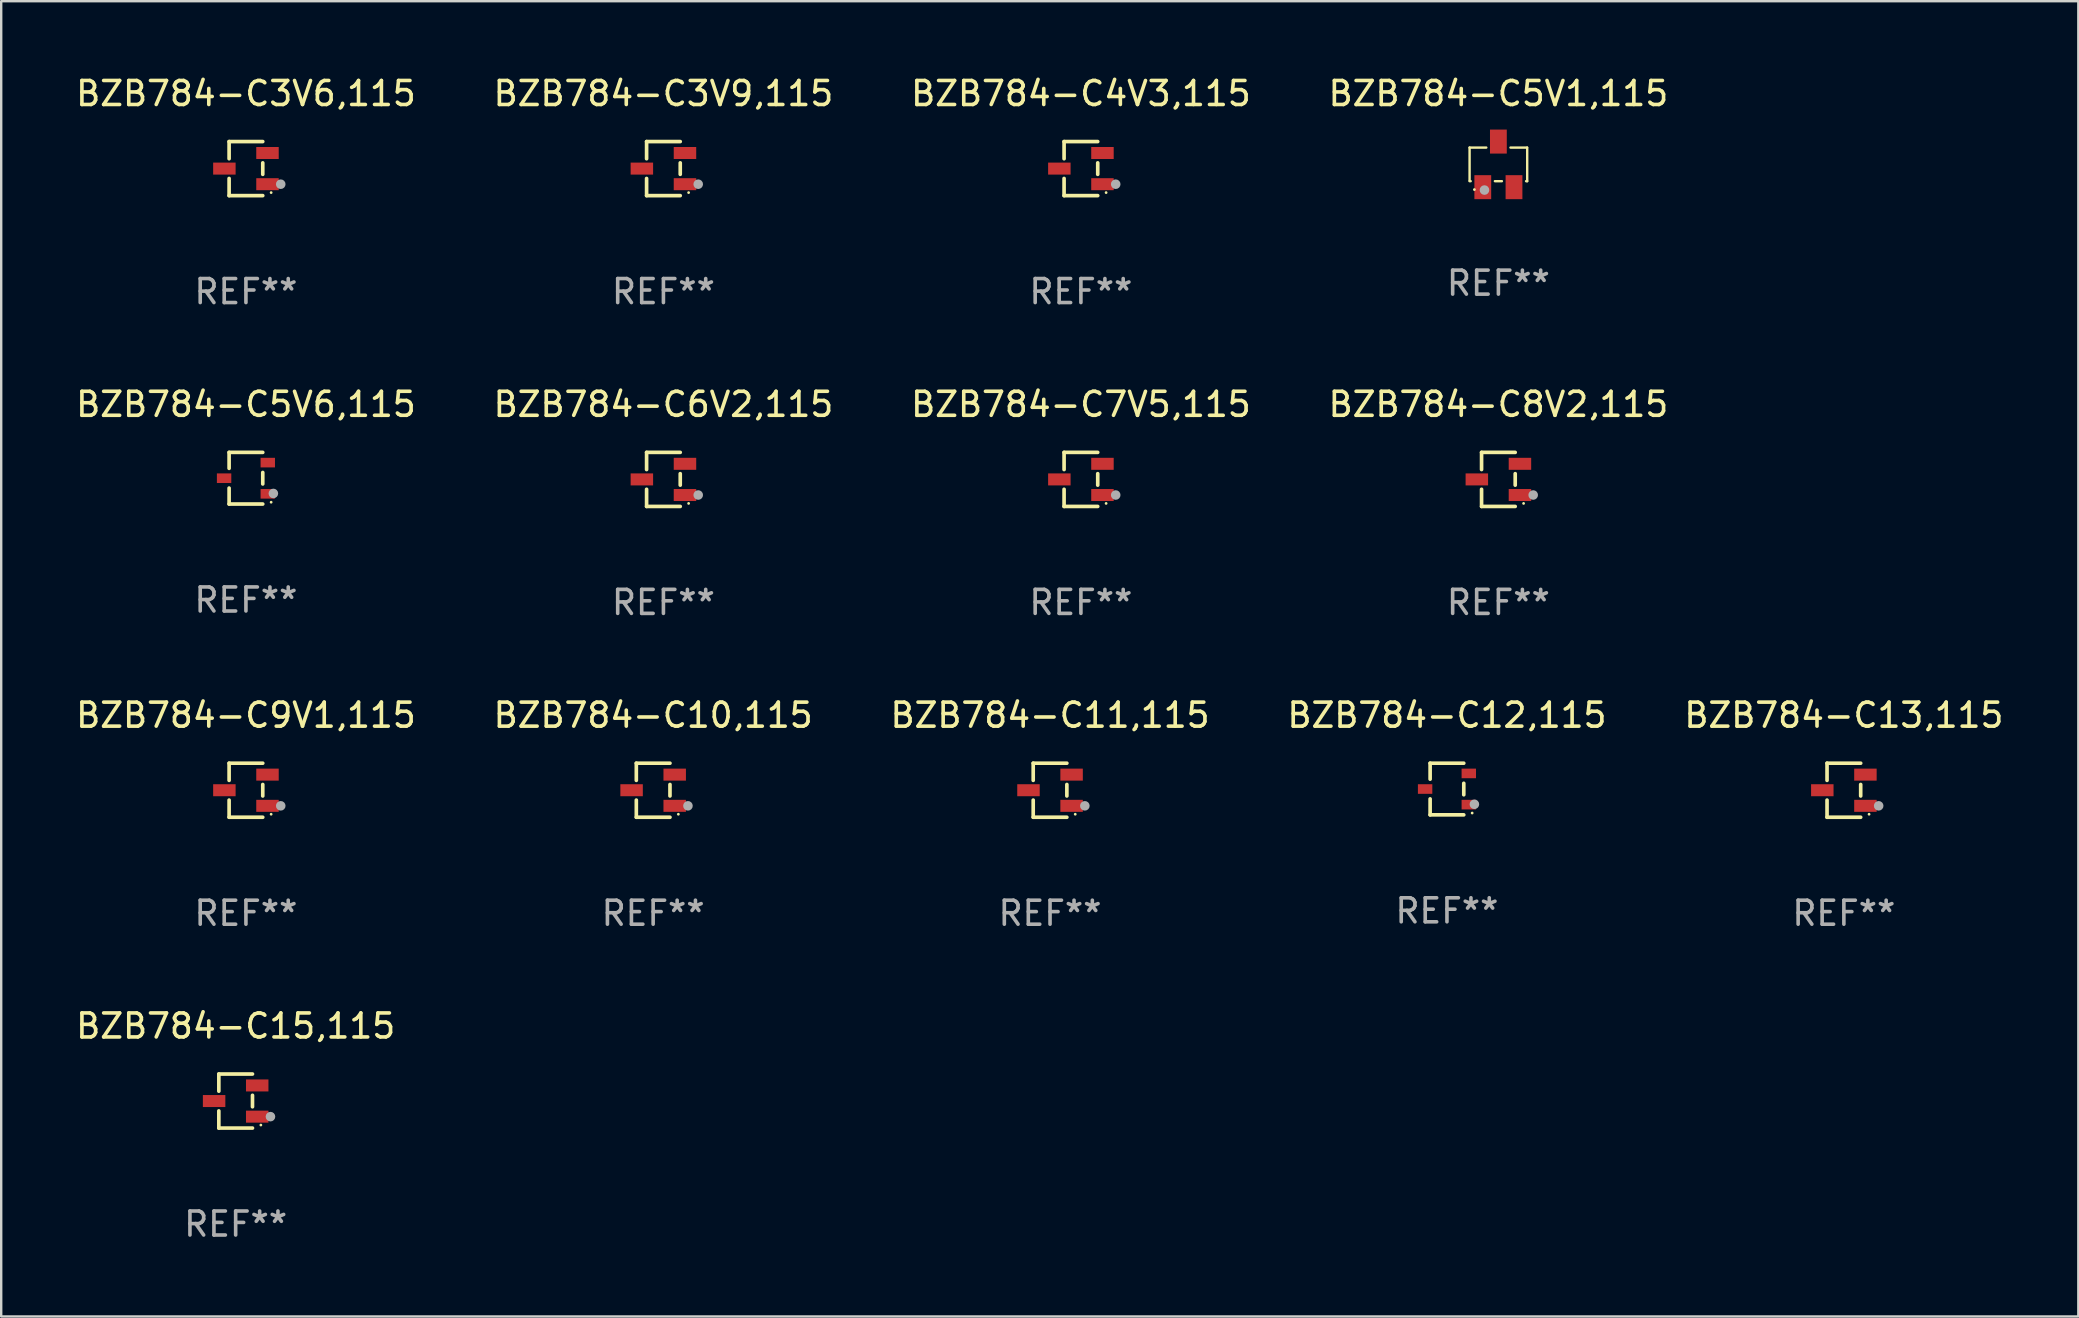
<source format=kicad_pcb>
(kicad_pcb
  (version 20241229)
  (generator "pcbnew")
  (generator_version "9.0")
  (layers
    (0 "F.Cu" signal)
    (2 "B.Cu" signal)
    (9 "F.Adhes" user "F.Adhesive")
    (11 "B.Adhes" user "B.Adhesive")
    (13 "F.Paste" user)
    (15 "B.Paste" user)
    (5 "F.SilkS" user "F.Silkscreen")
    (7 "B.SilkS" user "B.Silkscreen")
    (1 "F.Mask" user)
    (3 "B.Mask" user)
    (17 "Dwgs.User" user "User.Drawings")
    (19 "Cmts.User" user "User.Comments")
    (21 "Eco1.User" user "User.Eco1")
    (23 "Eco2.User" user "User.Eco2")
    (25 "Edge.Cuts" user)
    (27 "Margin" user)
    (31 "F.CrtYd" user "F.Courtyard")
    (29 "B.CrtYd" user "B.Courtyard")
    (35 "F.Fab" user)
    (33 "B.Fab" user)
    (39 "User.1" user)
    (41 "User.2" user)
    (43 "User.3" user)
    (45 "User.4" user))
  (footprint "BZB784-C7V5,115"
    (layer "F.Cu")
    (at 41.982 16.923)
    (property "Reference" "BZB784-C7V5,115" (at 0 -3.126 0) (layer "F.SilkS") (effects (font (size 1 1) (thickness 0.15))))
    (attr through_hole)
    (fp_line (start -0.701 -1.126) (end -0.701 -0.411) (stroke (width 0.152) (type solid)) (layer "F.SilkS"))
    (fp_line (start -0.701 1.126) (end -0.701 0.411) (stroke (width 0.152) (type solid)) (layer "F.SilkS"))
    (fp_line (start 0.701 -1.126) (end -0.701 -1.126) (stroke (width 0.152) (type solid)) (layer "F.SilkS"))
    (fp_line (start 0.701 -0.239) (end 0.701 0.239) (stroke (width 0.152) (type solid)) (layer "F.SilkS"))
    (fp_line (start 0.701 1.126) (end -0.701 1.126) (stroke (width 0.152) (type solid)) (layer "F.SilkS"))
    (fp_circle (center 1.05 1) (end 1.08 1) (stroke (width 0.06) (type solid)) (fill no) (layer "F.SilkS"))
    (fp_circle (center 1.45 0.65) (end 1.55 0.65) (stroke (width 0.2) (type solid)) (fill no) (layer "F.Fab"))
    (fp_text user "REF**" (at 0 5.126 0) (layer "F.Fab") (effects (font (size 1 1) (thickness 0.15))))
    (pad "1" smd rect (at 0.898 0.65) (size 0.936 0.5) (layers "F.Cu" "F.Mask" "F.Paste"))
    (pad "2" smd rect (at 0.898 -0.65) (size 0.936 0.5) (layers "F.Cu" "F.Mask" "F.Paste"))
    (pad "3" smd rect (at -0.898 0) (size 0.936 0.5) (layers "F.Cu" "F.Mask" "F.Paste")))
  (footprint "BZB784-C13,115"
    (layer "F.Cu")
    (at 73.768 29.872)
    (property "Reference" "BZB784-C13,115" (at 0 -3.126 0) (layer "F.SilkS") (effects (font (size 1 1) (thickness 0.15))))
    (attr through_hole)
    (fp_line (start -0.701 -1.126) (end -0.701 -0.411) (stroke (width 0.152) (type solid)) (layer "F.SilkS"))
    (fp_line (start -0.701 1.126) (end -0.701 0.411) (stroke (width 0.152) (type solid)) (layer "F.SilkS"))
    (fp_line (start 0.701 -1.126) (end -0.701 -1.126) (stroke (width 0.152) (type solid)) (layer "F.SilkS"))
    (fp_line (start 0.701 -0.239) (end 0.701 0.239) (stroke (width 0.152) (type solid)) (layer "F.SilkS"))
    (fp_line (start 0.701 1.126) (end -0.701 1.126) (stroke (width 0.152) (type solid)) (layer "F.SilkS"))
    (fp_circle (center 1.05 1) (end 1.08 1) (stroke (width 0.06) (type solid)) (fill no) (layer "F.SilkS"))
    (fp_circle (center 1.45 0.65) (end 1.55 0.65) (stroke (width 0.2) (type solid)) (fill no) (layer "F.Fab"))
    (fp_text user "REF**" (at 0 5.126 0) (layer "F.Fab") (effects (font (size 1 1) (thickness 0.15))))
    (pad "1" smd rect (at 0.898 0.65) (size 0.936 0.5) (layers "F.Cu" "F.Mask" "F.Paste"))
    (pad "2" smd rect (at 0.898 -0.65) (size 0.936 0.5) (layers "F.Cu" "F.Mask" "F.Paste"))
    (pad "3" smd rect (at -0.898 0) (size 0.936 0.5) (layers "F.Cu" "F.Mask" "F.Paste")))
  (footprint "BZB784-C12,115"
    (layer "F.Cu")
    (at 57.232 29.822)
    (property "Reference" "BZB784-C12,115" (at 0 -3.076 0) (layer "F.SilkS") (effects (font (size 1 1) (thickness 0.15))))
    (attr through_hole)
    (fp_line (start -0.701 -1.076) (end -0.701 -0.411) (stroke (width 0.152) (type solid)) (layer "F.SilkS"))
    (fp_line (start -0.701 1.076) (end -0.701 0.411) (stroke (width 0.152) (type solid)) (layer "F.SilkS"))
    (fp_line (start 0.701 -1.076) (end -0.701 -1.076) (stroke (width 0.152) (type solid)) (layer "F.SilkS"))
    (fp_line (start 0.701 -0.239) (end 0.701 0.239) (stroke (width 0.152) (type solid)) (layer "F.SilkS"))
    (fp_line (start 0.701 1.076) (end -0.701 1.076) (stroke (width 0.152) (type solid)) (layer "F.SilkS"))
    (fp_circle (center 1.05 1) (end 1.08 1) (stroke (width 0.06) (type solid)) (fill no) (layer "F.SilkS"))
    (fp_circle (center 1.143 0.635) (end 1.243 0.635) (stroke (width 0.2) (type solid)) (fill no) (layer "F.Fab"))
    (fp_text user "REF**" (at 0 5.076 0) (layer "F.Fab") (effects (font (size 1 1) (thickness 0.15))))
    (pad "1" smd rect (at 0.91 0.65) (size 0.6 0.4) (layers "F.Cu" "F.Mask" "F.Paste"))
    (pad "2" smd rect (at 0.91 -0.65) (size 0.6 0.4) (layers "F.Cu" "F.Mask" "F.Paste"))
    (pad "3" smd rect (at -0.91 0) (size 0.6 0.4) (layers "F.Cu" "F.Mask" "F.Paste")))
  (footprint "BZB784-C15,115"
    (layer "F.Cu")
    (at 6.768 42.821)
    (property "Reference" "BZB784-C15,115" (at 0 -3.126 0) (layer "F.SilkS") (effects (font (size 1 1) (thickness 0.15))))
    (attr through_hole)
    (fp_line (start -0.701 -1.126) (end -0.701 -0.411) (stroke (width 0.152) (type solid)) (layer "F.SilkS"))
    (fp_line (start -0.701 1.126) (end -0.701 0.411) (stroke (width 0.152) (type solid)) (layer "F.SilkS"))
    (fp_line (start 0.701 -1.126) (end -0.701 -1.126) (stroke (width 0.152) (type solid)) (layer "F.SilkS"))
    (fp_line (start 0.701 -0.239) (end 0.701 0.239) (stroke (width 0.152) (type solid)) (layer "F.SilkS"))
    (fp_line (start 0.701 1.126) (end -0.701 1.126) (stroke (width 0.152) (type solid)) (layer "F.SilkS"))
    (fp_circle (center 1.05 1) (end 1.08 1) (stroke (width 0.06) (type solid)) (fill no) (layer "F.SilkS"))
    (fp_circle (center 1.45 0.65) (end 1.55 0.65) (stroke (width 0.2) (type solid)) (fill no) (layer "F.Fab"))
    (fp_text user "REF**" (at 0 5.126 0) (layer "F.Fab") (effects (font (size 1 1) (thickness 0.15))))
    (pad "1" smd rect (at 0.898 0.65) (size 0.936 0.5) (layers "F.Cu" "F.Mask" "F.Paste"))
    (pad "2" smd rect (at 0.898 -0.65) (size 0.936 0.5) (layers "F.Cu" "F.Mask" "F.Paste"))
    (pad "3" smd rect (at -0.898 0) (size 0.936 0.5) (layers "F.Cu" "F.Mask" "F.Paste")))
  (footprint "BZB784-C9V1,115"
    (layer "F.Cu")
    (at 7.196 29.872)
    (property "Reference" "BZB784-C9V1,115" (at 0 -3.126 0) (layer "F.SilkS") (effects (font (size 1 1) (thickness 0.15))))
    (attr through_hole)
    (fp_line (start -0.701 -1.126) (end -0.701 -0.411) (stroke (width 0.152) (type solid)) (layer "F.SilkS"))
    (fp_line (start -0.701 1.126) (end -0.701 0.411) (stroke (width 0.152) (type solid)) (layer "F.SilkS"))
    (fp_line (start 0.701 -1.126) (end -0.701 -1.126) (stroke (width 0.152) (type solid)) (layer "F.SilkS"))
    (fp_line (start 0.701 -0.239) (end 0.701 0.239) (stroke (width 0.152) (type solid)) (layer "F.SilkS"))
    (fp_line (start 0.701 1.126) (end -0.701 1.126) (stroke (width 0.152) (type solid)) (layer "F.SilkS"))
    (fp_circle (center 1.05 1) (end 1.08 1) (stroke (width 0.06) (type solid)) (fill no) (layer "F.SilkS"))
    (fp_circle (center 1.45 0.65) (end 1.55 0.65) (stroke (width 0.2) (type solid)) (fill no) (layer "F.Fab"))
    (fp_text user "REF**" (at 0 5.126 0) (layer "F.Fab") (effects (font (size 1 1) (thickness 0.15))))
    (pad "1" smd rect (at 0.898 0.65) (size 0.936 0.5) (layers "F.Cu" "F.Mask" "F.Paste"))
    (pad "2" smd rect (at 0.898 -0.65) (size 0.936 0.5) (layers "F.Cu" "F.Mask" "F.Paste"))
    (pad "3" smd rect (at -0.898 0) (size 0.936 0.5) (layers "F.Cu" "F.Mask" "F.Paste")))
  (footprint "BZB784-C6V2,115"
    (layer "F.Cu")
    (at 24.589 16.923)
    (property "Reference" "BZB784-C6V2,115" (at 0 -3.126 0) (layer "F.SilkS") (effects (font (size 1 1) (thickness 0.15))))
    (attr through_hole)
    (fp_line (start -0.701 -1.126) (end -0.701 -0.411) (stroke (width 0.152) (type solid)) (layer "F.SilkS"))
    (fp_line (start -0.701 1.126) (end -0.701 0.411) (stroke (width 0.152) (type solid)) (layer "F.SilkS"))
    (fp_line (start 0.701 -1.126) (end -0.701 -1.126) (stroke (width 0.152) (type solid)) (layer "F.SilkS"))
    (fp_line (start 0.701 -0.239) (end 0.701 0.239) (stroke (width 0.152) (type solid)) (layer "F.SilkS"))
    (fp_line (start 0.701 1.126) (end -0.701 1.126) (stroke (width 0.152) (type solid)) (layer "F.SilkS"))
    (fp_circle (center 1.05 1) (end 1.08 1) (stroke (width 0.06) (type solid)) (fill no) (layer "F.SilkS"))
    (fp_circle (center 1.45 0.65) (end 1.55 0.65) (stroke (width 0.2) (type solid)) (fill no) (layer "F.Fab"))
    (fp_text user "REF**" (at 0 5.126 0) (layer "F.Fab") (effects (font (size 1 1) (thickness 0.15))))
    (pad "1" smd rect (at 0.898 0.65) (size 0.936 0.5) (layers "F.Cu" "F.Mask" "F.Paste"))
    (pad "2" smd rect (at 0.898 -0.65) (size 0.936 0.5) (layers "F.Cu" "F.Mask" "F.Paste"))
    (pad "3" smd rect (at -0.898 0) (size 0.936 0.5) (layers "F.Cu" "F.Mask" "F.Paste")))
  (footprint "BZB784-C3V9,115"
    (layer "F.Cu")
    (at 24.589 3.974)
    (property "Reference" "BZB784-C3V9,115" (at 0 -3.126 0) (layer "F.SilkS") (effects (font (size 1 1) (thickness 0.15))))
    (attr through_hole)
    (fp_line (start -0.701 -1.126) (end -0.701 -0.411) (stroke (width 0.152) (type solid)) (layer "F.SilkS"))
    (fp_line (start -0.701 1.126) (end -0.701 0.411) (stroke (width 0.152) (type solid)) (layer "F.SilkS"))
    (fp_line (start 0.701 -1.126) (end -0.701 -1.126) (stroke (width 0.152) (type solid)) (layer "F.SilkS"))
    (fp_line (start 0.701 -0.239) (end 0.701 0.239) (stroke (width 0.152) (type solid)) (layer "F.SilkS"))
    (fp_line (start 0.701 1.126) (end -0.701 1.126) (stroke (width 0.152) (type solid)) (layer "F.SilkS"))
    (fp_circle (center 1.05 1) (end 1.08 1) (stroke (width 0.06) (type solid)) (fill no) (layer "F.SilkS"))
    (fp_circle (center 1.45 0.65) (end 1.55 0.65) (stroke (width 0.2) (type solid)) (fill no) (layer "F.Fab"))
    (fp_text user "REF**" (at 0 5.126 0) (layer "F.Fab") (effects (font (size 1 1) (thickness 0.15))))
    (pad "1" smd rect (at 0.898 0.65) (size 0.936 0.5) (layers "F.Cu" "F.Mask" "F.Paste"))
    (pad "2" smd rect (at 0.898 -0.65) (size 0.936 0.5) (layers "F.Cu" "F.Mask" "F.Paste"))
    (pad "3" smd rect (at -0.898 0) (size 0.936 0.5) (layers "F.Cu" "F.Mask" "F.Paste")))
  (footprint "BZB784-C3V6,115"
    (layer "F.Cu")
    (at 7.196 3.974)
    (property "Reference" "BZB784-C3V6,115" (at 0 -3.126 0) (layer "F.SilkS") (effects (font (size 1 1) (thickness 0.15))))
    (attr through_hole)
    (fp_line (start -0.701 -1.126) (end -0.701 -0.411) (stroke (width 0.152) (type solid)) (layer "F.SilkS"))
    (fp_line (start -0.701 1.126) (end -0.701 0.411) (stroke (width 0.152) (type solid)) (layer "F.SilkS"))
    (fp_line (start 0.701 -1.126) (end -0.701 -1.126) (stroke (width 0.152) (type solid)) (layer "F.SilkS"))
    (fp_line (start 0.701 -0.239) (end 0.701 0.239) (stroke (width 0.152) (type solid)) (layer "F.SilkS"))
    (fp_line (start 0.701 1.126) (end -0.701 1.126) (stroke (width 0.152) (type solid)) (layer "F.SilkS"))
    (fp_circle (center 1.05 1) (end 1.08 1) (stroke (width 0.06) (type solid)) (fill no) (layer "F.SilkS"))
    (fp_circle (center 1.45 0.65) (end 1.55 0.65) (stroke (width 0.2) (type solid)) (fill no) (layer "F.Fab"))
    (fp_text user "REF**" (at 0 5.126 0) (layer "F.Fab") (effects (font (size 1 1) (thickness 0.15))))
    (pad "1" smd rect (at 0.898 0.65) (size 0.936 0.5) (layers "F.Cu" "F.Mask" "F.Paste"))
    (pad "2" smd rect (at 0.898 -0.65) (size 0.936 0.5) (layers "F.Cu" "F.Mask" "F.Paste"))
    (pad "3" smd rect (at -0.898 0) (size 0.936 0.5) (layers "F.Cu" "F.Mask" "F.Paste")))
  (footprint "BZB784-C5V1,115"
    (layer "F.Cu")
    (at 59.375 3.798)
    (property "Reference" "BZB784-C5V1,115" (at 0 -2.95 0) (layer "F.SilkS") (effects (font (size 1 1) (thickness 0.15))))
    (attr through_hole)
    (fp_line (start -1.2 -0.7) (end -1.2 0.68) (stroke (width 0.1) (type solid)) (layer "F.SilkS"))
    (fp_line (start -1.2 -0.7) (end -0.504 -0.7) (stroke (width 0.1) (type solid)) (layer "F.SilkS"))
    (fp_line (start -1.154 0.7) (end -1.2 0.7) (stroke (width 0.1) (type solid)) (layer "F.SilkS"))
    (fp_line (start 0.146 0.7) (end -0.146 0.7) (stroke (width 0.1) (type solid)) (layer "F.SilkS"))
    (fp_line (start 0.504 -0.7) (end 1.194 -0.7) (stroke (width 0.1) (type solid)) (layer "F.SilkS"))
    (fp_line (start 1.2 -0.7) (end 1.2 0.7) (stroke (width 0.1) (type solid)) (layer "F.SilkS"))
    (fp_line (start 1.2 0.7) (end 1.154 0.7) (stroke (width 0.1) (type solid)) (layer "F.SilkS"))
    (fp_circle (center -1 1.05) (end -0.97 1.05) (stroke (width 0.06) (type solid)) (fill no) (layer "F.SilkS"))
    (fp_circle (center -0.58 1.07) (end -0.48 1.07) (stroke (width 0.2) (type solid)) (fill no) (layer "F.Fab"))
    (fp_text user "REF**" (at 0 4.95 0) (layer "F.Fab") (effects (font (size 1 1) (thickness 0.15))))
    (pad "1" smd rect (at -0.65 0.95) (size 0.7 1) (layers "F.Cu" "F.Mask" "F.Paste"))
    (pad "2" smd rect (at 0.65 0.95) (size 0.7 1) (layers "F.Cu" "F.Mask" "F.Paste"))
    (pad "3" smd rect (at -0.000127 -0.95) (size 0.7 1) (layers "F.Cu" "F.Mask" "F.Paste")))
  (footprint "BZB784-C10,115"
    (layer "F.Cu")
    (at 24.161 29.872)
    (property "Reference" "BZB784-C10,115" (at 0 -3.126 0) (layer "F.SilkS") (effects (font (size 1 1) (thickness 0.15))))
    (attr through_hole)
    (fp_line (start -0.701 -1.126) (end -0.701 -0.411) (stroke (width 0.152) (type solid)) (layer "F.SilkS"))
    (fp_line (start -0.701 1.126) (end -0.701 0.411) (stroke (width 0.152) (type solid)) (layer "F.SilkS"))
    (fp_line (start 0.701 -1.126) (end -0.701 -1.126) (stroke (width 0.152) (type solid)) (layer "F.SilkS"))
    (fp_line (start 0.701 -0.239) (end 0.701 0.239) (stroke (width 0.152) (type solid)) (layer "F.SilkS"))
    (fp_line (start 0.701 1.126) (end -0.701 1.126) (stroke (width 0.152) (type solid)) (layer "F.SilkS"))
    (fp_circle (center 1.05 1) (end 1.08 1) (stroke (width 0.06) (type solid)) (fill no) (layer "F.SilkS"))
    (fp_circle (center 1.45 0.65) (end 1.55 0.65) (stroke (width 0.2) (type solid)) (fill no) (layer "F.Fab"))
    (fp_text user "REF**" (at 0 5.126 0) (layer "F.Fab") (effects (font (size 1 1) (thickness 0.15))))
    (pad "1" smd rect (at 0.898 0.65) (size 0.936 0.5) (layers "F.Cu" "F.Mask" "F.Paste"))
    (pad "2" smd rect (at 0.898 -0.65) (size 0.936 0.5) (layers "F.Cu" "F.Mask" "F.Paste"))
    (pad "3" smd rect (at -0.898 0) (size 0.936 0.5) (layers "F.Cu" "F.Mask" "F.Paste")))
  (footprint "BZB784-C5V6,115"
    (layer "F.Cu")
    (at 7.196 16.873)
    (property "Reference" "BZB784-C5V6,115" (at 0 -3.076 0) (layer "F.SilkS") (effects (font (size 1 1) (thickness 0.15))))
    (attr through_hole)
    (fp_line (start -0.701 -1.076) (end -0.701 -0.411) (stroke (width 0.152) (type solid)) (layer "F.SilkS"))
    (fp_line (start -0.701 1.076) (end -0.701 0.411) (stroke (width 0.152) (type solid)) (layer "F.SilkS"))
    (fp_line (start 0.701 -1.076) (end -0.701 -1.076) (stroke (width 0.152) (type solid)) (layer "F.SilkS"))
    (fp_line (start 0.701 -0.239) (end 0.701 0.239) (stroke (width 0.152) (type solid)) (layer "F.SilkS"))
    (fp_line (start 0.701 1.076) (end -0.701 1.076) (stroke (width 0.152) (type solid)) (layer "F.SilkS"))
    (fp_circle (center 1.05 1) (end 1.08 1) (stroke (width 0.06) (type solid)) (fill no) (layer "F.SilkS"))
    (fp_circle (center 1.143 0.635) (end 1.243 0.635) (stroke (width 0.2) (type solid)) (fill no) (layer "F.Fab"))
    (fp_text user "REF**" (at 0 5.076 0) (layer "F.Fab") (effects (font (size 1 1) (thickness 0.15))))
    (pad "1" smd rect (at 0.91 0.65) (size 0.6 0.4) (layers "F.Cu" "F.Mask" "F.Paste"))
    (pad "2" smd rect (at 0.91 -0.65) (size 0.6 0.4) (layers "F.Cu" "F.Mask" "F.Paste"))
    (pad "3" smd rect (at -0.91 0) (size 0.6 0.4) (layers "F.Cu" "F.Mask" "F.Paste")))
  (footprint "BZB784-C11,115"
    (layer "F.Cu")
    (at 40.696 29.872)
    (property "Reference" "BZB784-C11,115" (at 0 -3.126 0) (layer "F.SilkS") (effects (font (size 1 1) (thickness 0.15))))
    (attr through_hole)
    (fp_line (start -0.701 -1.126) (end -0.701 -0.411) (stroke (width 0.152) (type solid)) (layer "F.SilkS"))
    (fp_line (start -0.701 1.126) (end -0.701 0.411) (stroke (width 0.152) (type solid)) (layer "F.SilkS"))
    (fp_line (start 0.701 -1.126) (end -0.701 -1.126) (stroke (width 0.152) (type solid)) (layer "F.SilkS"))
    (fp_line (start 0.701 -0.239) (end 0.701 0.239) (stroke (width 0.152) (type solid)) (layer "F.SilkS"))
    (fp_line (start 0.701 1.126) (end -0.701 1.126) (stroke (width 0.152) (type solid)) (layer "F.SilkS"))
    (fp_circle (center 1.05 1) (end 1.08 1) (stroke (width 0.06) (type solid)) (fill no) (layer "F.SilkS"))
    (fp_circle (center 1.45 0.65) (end 1.55 0.65) (stroke (width 0.2) (type solid)) (fill no) (layer "F.Fab"))
    (fp_text user "REF**" (at 0 5.126 0) (layer "F.Fab") (effects (font (size 1 1) (thickness 0.15))))
    (pad "1" smd rect (at 0.898 0.65) (size 0.936 0.5) (layers "F.Cu" "F.Mask" "F.Paste"))
    (pad "2" smd rect (at 0.898 -0.65) (size 0.936 0.5) (layers "F.Cu" "F.Mask" "F.Paste"))
    (pad "3" smd rect (at -0.898 0) (size 0.936 0.5) (layers "F.Cu" "F.Mask" "F.Paste")))
  (footprint "BZB784-C4V3,115"
    (layer "F.Cu")
    (at 41.982 3.974)
    (property "Reference" "BZB784-C4V3,115" (at 0 -3.126 0) (layer "F.SilkS") (effects (font (size 1 1) (thickness 0.15))))
    (attr through_hole)
    (fp_line (start -0.701 -1.126) (end -0.701 -0.411) (stroke (width 0.152) (type solid)) (layer "F.SilkS"))
    (fp_line (start -0.701 1.126) (end -0.701 0.411) (stroke (width 0.152) (type solid)) (layer "F.SilkS"))
    (fp_line (start 0.701 -1.126) (end -0.701 -1.126) (stroke (width 0.152) (type solid)) (layer "F.SilkS"))
    (fp_line (start 0.701 -0.239) (end 0.701 0.239) (stroke (width 0.152) (type solid)) (layer "F.SilkS"))
    (fp_line (start 0.701 1.126) (end -0.701 1.126) (stroke (width 0.152) (type solid)) (layer "F.SilkS"))
    (fp_circle (center 1.05 1) (end 1.08 1) (stroke (width 0.06) (type solid)) (fill no) (layer "F.SilkS"))
    (fp_circle (center 1.45 0.65) (end 1.55 0.65) (stroke (width 0.2) (type solid)) (fill no) (layer "F.Fab"))
    (fp_text user "REF**" (at 0 5.126 0) (layer "F.Fab") (effects (font (size 1 1) (thickness 0.15))))
    (pad "1" smd rect (at 0.898 0.65) (size 0.936 0.5) (layers "F.Cu" "F.Mask" "F.Paste"))
    (pad "2" smd rect (at 0.898 -0.65) (size 0.936 0.5) (layers "F.Cu" "F.Mask" "F.Paste"))
    (pad "3" smd rect (at -0.898 0) (size 0.936 0.5) (layers "F.Cu" "F.Mask" "F.Paste")))
  (footprint "BZB784-C8V2,115"
    (layer "F.Cu")
    (at 59.375 16.923)
    (property "Reference" "BZB784-C8V2,115" (at 0 -3.126 0) (layer "F.SilkS") (effects (font (size 1 1) (thickness 0.15))))
    (attr through_hole)
    (fp_line (start -0.701 -1.126) (end -0.701 -0.411) (stroke (width 0.152) (type solid)) (layer "F.SilkS"))
    (fp_line (start -0.701 1.126) (end -0.701 0.411) (stroke (width 0.152) (type solid)) (layer "F.SilkS"))
    (fp_line (start 0.701 -1.126) (end -0.701 -1.126) (stroke (width 0.152) (type solid)) (layer "F.SilkS"))
    (fp_line (start 0.701 -0.239) (end 0.701 0.239) (stroke (width 0.152) (type solid)) (layer "F.SilkS"))
    (fp_line (start 0.701 1.126) (end -0.701 1.126) (stroke (width 0.152) (type solid)) (layer "F.SilkS"))
    (fp_circle (center 1.05 1) (end 1.08 1) (stroke (width 0.06) (type solid)) (fill no) (layer "F.SilkS"))
    (fp_circle (center 1.45 0.65) (end 1.55 0.65) (stroke (width 0.2) (type solid)) (fill no) (layer "F.Fab"))
    (fp_text user "REF**" (at 0 5.126 0) (layer "F.Fab") (effects (font (size 1 1) (thickness 0.15))))
    (pad "1" smd rect (at 0.898 0.65) (size 0.936 0.5) (layers "F.Cu" "F.Mask" "F.Paste"))
    (pad "2" smd rect (at 0.898 -0.65) (size 0.936 0.5) (layers "F.Cu" "F.Mask" "F.Paste"))
    (pad "3" smd rect (at -0.898 0) (size 0.936 0.5) (layers "F.Cu" "F.Mask" "F.Paste")))
  (gr_rect
    (start -3 -3)
    (end 83.536 51.796)
    (stroke (width 0.1) (type default))
    (fill no)
    (layer "Edge.Cuts")))
</source>
